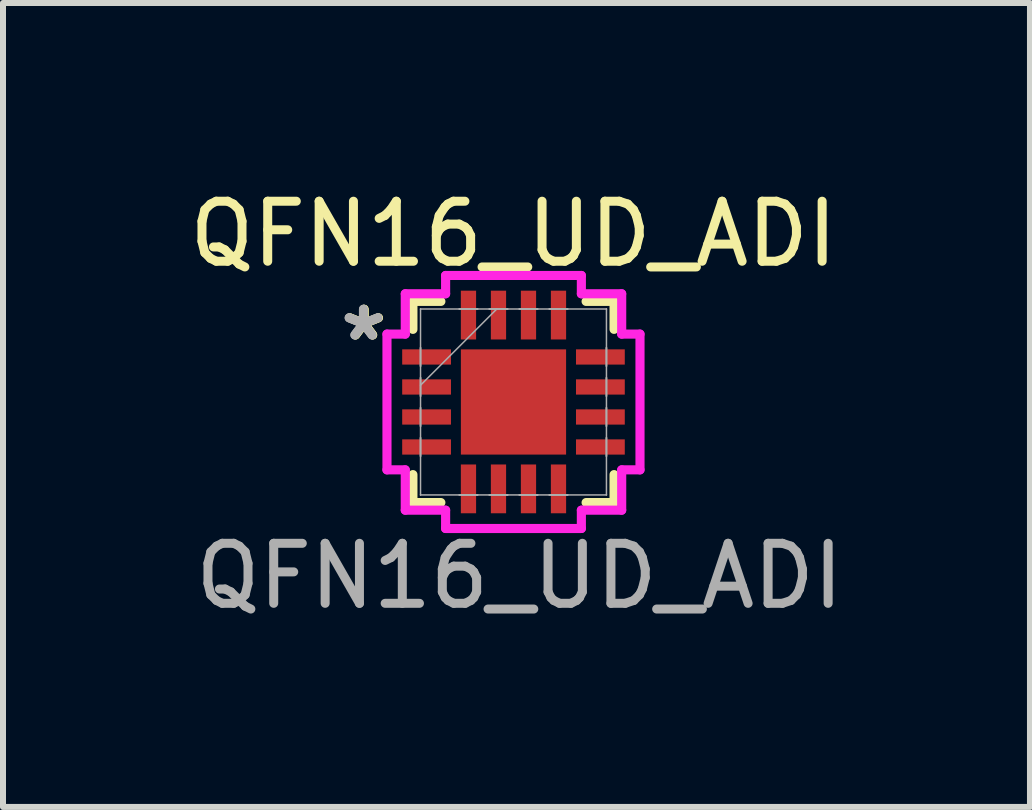
<source format=kicad_pcb>
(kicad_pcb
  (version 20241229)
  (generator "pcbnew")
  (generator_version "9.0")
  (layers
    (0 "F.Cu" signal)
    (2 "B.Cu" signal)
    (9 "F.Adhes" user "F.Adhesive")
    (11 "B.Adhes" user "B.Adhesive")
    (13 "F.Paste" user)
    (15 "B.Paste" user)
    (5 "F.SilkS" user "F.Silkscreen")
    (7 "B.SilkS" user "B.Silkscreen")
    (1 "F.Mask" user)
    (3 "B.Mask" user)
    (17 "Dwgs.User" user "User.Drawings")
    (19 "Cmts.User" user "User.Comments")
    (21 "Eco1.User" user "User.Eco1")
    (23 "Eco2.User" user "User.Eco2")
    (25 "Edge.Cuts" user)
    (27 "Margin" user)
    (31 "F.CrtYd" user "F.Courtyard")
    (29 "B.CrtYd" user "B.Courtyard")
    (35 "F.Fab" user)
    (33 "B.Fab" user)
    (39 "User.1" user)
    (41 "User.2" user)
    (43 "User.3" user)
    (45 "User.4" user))
  (footprint "QFN16_UD_ADI"
    (layer "F.Cu")
    (at 5.506 3.648)
    (property "Reference" "QFN16_UD_ADI" (at 0 -2.8 0) (unlocked yes) (layer "F.SilkS") (effects (font (size 1 1) (thickness 0.15))))
    (attr smd)
    (fp_line (start -1.676 -1.676) (end -1.676 -1.21) (stroke (width 0.152) (type solid)) (layer "F.SilkS"))
    (fp_line (start -1.676 1.21) (end -1.676 1.676) (stroke (width 0.152) (type solid)) (layer "F.SilkS"))
    (fp_line (start -1.676 1.676) (end -1.21 1.676) (stroke (width 0.152) (type solid)) (layer "F.SilkS"))
    (fp_line (start -1.21 -1.676) (end -1.676 -1.676) (stroke (width 0.152) (type solid)) (layer "F.SilkS"))
    (fp_line (start 1.21 1.676) (end 1.676 1.676) (stroke (width 0.152) (type solid)) (layer "F.SilkS"))
    (fp_line (start 1.676 -1.676) (end 1.21 -1.676) (stroke (width 0.152) (type solid)) (layer "F.SilkS"))
    (fp_line (start 1.676 -1.21) (end 1.676 -1.676) (stroke (width 0.152) (type solid)) (layer "F.SilkS"))
    (fp_line (start 1.676 1.676) (end 1.676 1.21) (stroke (width 0.152) (type solid)) (layer "F.SilkS"))
    (fp_line (start -2.108 -1.131) (end -1.803 -1.131) (stroke (width 0.152) (type solid)) (layer "F.CrtYd"))
    (fp_line (start -2.108 1.131) (end -2.108 -1.131) (stroke (width 0.152) (type solid)) (layer "F.CrtYd"))
    (fp_line (start -1.803 -1.803) (end -1.131 -1.803) (stroke (width 0.152) (type solid)) (layer "F.CrtYd"))
    (fp_line (start -1.803 -1.131) (end -1.803 -1.803) (stroke (width 0.152) (type solid)) (layer "F.CrtYd"))
    (fp_line (start -1.803 1.131) (end -2.108 1.131) (stroke (width 0.152) (type solid)) (layer "F.CrtYd"))
    (fp_line (start -1.803 1.803) (end -1.803 1.131) (stroke (width 0.152) (type solid)) (layer "F.CrtYd"))
    (fp_line (start -1.131 -2.108) (end 1.131 -2.108) (stroke (width 0.152) (type solid)) (layer "F.CrtYd"))
    (fp_line (start -1.131 -1.803) (end -1.131 -2.108) (stroke (width 0.152) (type solid)) (layer "F.CrtYd"))
    (fp_line (start -1.131 1.803) (end -1.803 1.803) (stroke (width 0.152) (type solid)) (layer "F.CrtYd"))
    (fp_line (start -1.131 2.108) (end -1.131 1.803) (stroke (width 0.152) (type solid)) (layer "F.CrtYd"))
    (fp_line (start 1.131 -2.108) (end 1.131 -1.803) (stroke (width 0.152) (type solid)) (layer "F.CrtYd"))
    (fp_line (start 1.131 -1.803) (end 1.803 -1.803) (stroke (width 0.152) (type solid)) (layer "F.CrtYd"))
    (fp_line (start 1.131 1.803) (end 1.131 2.108) (stroke (width 0.152) (type solid)) (layer "F.CrtYd"))
    (fp_line (start 1.131 2.108) (end -1.131 2.108) (stroke (width 0.152) (type solid)) (layer "F.CrtYd"))
    (fp_line (start 1.803 -1.803) (end 1.803 -1.131) (stroke (width 0.152) (type solid)) (layer "F.CrtYd"))
    (fp_line (start 1.803 -1.131) (end 2.108 -1.131) (stroke (width 0.152) (type solid)) (layer "F.CrtYd"))
    (fp_line (start 1.803 1.131) (end 1.803 1.803) (stroke (width 0.152) (type solid)) (layer "F.CrtYd"))
    (fp_line (start 1.803 1.803) (end 1.131 1.803) (stroke (width 0.152) (type solid)) (layer "F.CrtYd"))
    (fp_line (start 2.108 -1.131) (end 2.108 1.131) (stroke (width 0.152) (type solid)) (layer "F.CrtYd"))
    (fp_line (start 2.108 1.131) (end 1.803 1.131) (stroke (width 0.152) (type solid)) (layer "F.CrtYd"))
    (fp_line (start -1.549 -1.549) (end -1.549 -1.549) (stroke (width 0.025) (type solid)) (layer "F.Fab"))
    (fp_line (start -1.549 -1.549) (end -1.549 1.549) (stroke (width 0.025) (type solid)) (layer "F.Fab"))
    (fp_line (start -1.549 -0.902) (end -1.549 -0.902) (stroke (width 0.025) (type solid)) (layer "F.Fab"))
    (fp_line (start -1.549 -0.902) (end -1.549 -0.598) (stroke (width 0.025) (type solid)) (layer "F.Fab"))
    (fp_line (start -1.549 -0.598) (end -1.549 -0.902) (stroke (width 0.025) (type solid)) (layer "F.Fab"))
    (fp_line (start -1.549 -0.598) (end -1.549 -0.598) (stroke (width 0.025) (type solid)) (layer "F.Fab"))
    (fp_line (start -1.549 -0.402) (end -1.549 -0.402) (stroke (width 0.025) (type solid)) (layer "F.Fab"))
    (fp_line (start -1.549 -0.402) (end -1.549 -0.098) (stroke (width 0.025) (type solid)) (layer "F.Fab"))
    (fp_line (start -1.549 -0.279) (end -0.279 -1.549) (stroke (width 0.025) (type solid)) (layer "F.Fab"))
    (fp_line (start -1.549 -0.098) (end -1.549 -0.402) (stroke (width 0.025) (type solid)) (layer "F.Fab"))
    (fp_line (start -1.549 -0.098) (end -1.549 -0.098) (stroke (width 0.025) (type solid)) (layer "F.Fab"))
    (fp_line (start -1.549 0.098) (end -1.549 0.098) (stroke (width 0.025) (type solid)) (layer "F.Fab"))
    (fp_line (start -1.549 0.098) (end -1.549 0.402) (stroke (width 0.025) (type solid)) (layer "F.Fab"))
    (fp_line (start -1.549 0.402) (end -1.549 0.098) (stroke (width 0.025) (type solid)) (layer "F.Fab"))
    (fp_line (start -1.549 0.402) (end -1.549 0.402) (stroke (width 0.025) (type solid)) (layer "F.Fab"))
    (fp_line (start -1.549 0.598) (end -1.549 0.598) (stroke (width 0.025) (type solid)) (layer "F.Fab"))
    (fp_line (start -1.549 0.598) (end -1.549 0.902) (stroke (width 0.025) (type solid)) (layer "F.Fab"))
    (fp_line (start -1.549 0.902) (end -1.549 0.598) (stroke (width 0.025) (type solid)) (layer "F.Fab"))
    (fp_line (start -1.549 0.902) (end -1.549 0.902) (stroke (width 0.025) (type solid)) (layer "F.Fab"))
    (fp_line (start -1.549 1.549) (end -1.549 1.549) (stroke (width 0.025) (type solid)) (layer "F.Fab"))
    (fp_line (start -1.549 1.549) (end 1.549 1.549) (stroke (width 0.025) (type solid)) (layer "F.Fab"))
    (fp_line (start -0.902 -1.549) (end -0.902 -1.549) (stroke (width 0.025) (type solid)) (layer "F.Fab"))
    (fp_line (start -0.902 -1.549) (end -0.598 -1.549) (stroke (width 0.025) (type solid)) (layer "F.Fab"))
    (fp_line (start -0.902 1.549) (end -0.902 1.549) (stroke (width 0.025) (type solid)) (layer "F.Fab"))
    (fp_line (start -0.902 1.549) (end -0.598 1.549) (stroke (width 0.025) (type solid)) (layer "F.Fab"))
    (fp_line (start -0.598 -1.549) (end -0.902 -1.549) (stroke (width 0.025) (type solid)) (layer "F.Fab"))
    (fp_line (start -0.598 -1.549) (end -0.598 -1.549) (stroke (width 0.025) (type solid)) (layer "F.Fab"))
    (fp_line (start -0.598 1.549) (end -0.902 1.549) (stroke (width 0.025) (type solid)) (layer "F.Fab"))
    (fp_line (start -0.598 1.549) (end -0.598 1.549) (stroke (width 0.025) (type solid)) (layer "F.Fab"))
    (fp_line (start -0.402 -1.549) (end -0.402 -1.549) (stroke (width 0.025) (type solid)) (layer "F.Fab"))
    (fp_line (start -0.402 -1.549) (end -0.098 -1.549) (stroke (width 0.025) (type solid)) (layer "F.Fab"))
    (fp_line (start -0.402 1.549) (end -0.402 1.549) (stroke (width 0.025) (type solid)) (layer "F.Fab"))
    (fp_line (start -0.402 1.549) (end -0.098 1.549) (stroke (width 0.025) (type solid)) (layer "F.Fab"))
    (fp_line (start -0.098 -1.549) (end -0.402 -1.549) (stroke (width 0.025) (type solid)) (layer "F.Fab"))
    (fp_line (start -0.098 -1.549) (end -0.098 -1.549) (stroke (width 0.025) (type solid)) (layer "F.Fab"))
    (fp_line (start -0.098 1.549) (end -0.402 1.549) (stroke (width 0.025) (type solid)) (layer "F.Fab"))
    (fp_line (start -0.098 1.549) (end -0.098 1.549) (stroke (width 0.025) (type solid)) (layer "F.Fab"))
    (fp_line (start 0.098 -1.549) (end 0.098 -1.549) (stroke (width 0.025) (type solid)) (layer "F.Fab"))
    (fp_line (start 0.098 -1.549) (end 0.402 -1.549) (stroke (width 0.025) (type solid)) (layer "F.Fab"))
    (fp_line (start 0.098 1.549) (end 0.098 1.549) (stroke (width 0.025) (type solid)) (layer "F.Fab"))
    (fp_line (start 0.098 1.549) (end 0.402 1.549) (stroke (width 0.025) (type solid)) (layer "F.Fab"))
    (fp_line (start 0.402 -1.549) (end 0.098 -1.549) (stroke (width 0.025) (type solid)) (layer "F.Fab"))
    (fp_line (start 0.402 -1.549) (end 0.402 -1.549) (stroke (width 0.025) (type solid)) (layer "F.Fab"))
    (fp_line (start 0.402 1.549) (end 0.098 1.549) (stroke (width 0.025) (type solid)) (layer "F.Fab"))
    (fp_line (start 0.402 1.549) (end 0.402 1.549) (stroke (width 0.025) (type solid)) (layer "F.Fab"))
    (fp_line (start 0.598 -1.549) (end 0.598 -1.549) (stroke (width 0.025) (type solid)) (layer "F.Fab"))
    (fp_line (start 0.598 -1.549) (end 0.902 -1.549) (stroke (width 0.025) (type solid)) (layer "F.Fab"))
    (fp_line (start 0.598 1.549) (end 0.598 1.549) (stroke (width 0.025) (type solid)) (layer "F.Fab"))
    (fp_line (start 0.598 1.549) (end 0.902 1.549) (stroke (width 0.025) (type solid)) (layer "F.Fab"))
    (fp_line (start 0.902 -1.549) (end 0.598 -1.549) (stroke (width 0.025) (type solid)) (layer "F.Fab"))
    (fp_line (start 0.902 -1.549) (end 0.902 -1.549) (stroke (width 0.025) (type solid)) (layer "F.Fab"))
    (fp_line (start 0.902 1.549) (end 0.598 1.549) (stroke (width 0.025) (type solid)) (layer "F.Fab"))
    (fp_line (start 0.902 1.549) (end 0.902 1.549) (stroke (width 0.025) (type solid)) (layer "F.Fab"))
    (fp_line (start 1.549 -1.549) (end -1.549 -1.549) (stroke (width 0.025) (type solid)) (layer "F.Fab"))
    (fp_line (start 1.549 -1.549) (end 1.549 -1.549) (stroke (width 0.025) (type solid)) (layer "F.Fab"))
    (fp_line (start 1.549 -0.902) (end 1.549 -0.902) (stroke (width 0.025) (type solid)) (layer "F.Fab"))
    (fp_line (start 1.549 -0.902) (end 1.549 -0.598) (stroke (width 0.025) (type solid)) (layer "F.Fab"))
    (fp_line (start 1.549 -0.598) (end 1.549 -0.902) (stroke (width 0.025) (type solid)) (layer "F.Fab"))
    (fp_line (start 1.549 -0.598) (end 1.549 -0.598) (stroke (width 0.025) (type solid)) (layer "F.Fab"))
    (fp_line (start 1.549 -0.402) (end 1.549 -0.402) (stroke (width 0.025) (type solid)) (layer "F.Fab"))
    (fp_line (start 1.549 -0.402) (end 1.549 -0.098) (stroke (width 0.025) (type solid)) (layer "F.Fab"))
    (fp_line (start 1.549 -0.098) (end 1.549 -0.402) (stroke (width 0.025) (type solid)) (layer "F.Fab"))
    (fp_line (start 1.549 -0.098) (end 1.549 -0.098) (stroke (width 0.025) (type solid)) (layer "F.Fab"))
    (fp_line (start 1.549 0.098) (end 1.549 0.098) (stroke (width 0.025) (type solid)) (layer "F.Fab"))
    (fp_line (start 1.549 0.098) (end 1.549 0.402) (stroke (width 0.025) (type solid)) (layer "F.Fab"))
    (fp_line (start 1.549 0.402) (end 1.549 0.098) (stroke (width 0.025) (type solid)) (layer "F.Fab"))
    (fp_line (start 1.549 0.402) (end 1.549 0.402) (stroke (width 0.025) (type solid)) (layer "F.Fab"))
    (fp_line (start 1.549 0.598) (end 1.549 0.598) (stroke (width 0.025) (type solid)) (layer "F.Fab"))
    (fp_line (start 1.549 0.598) (end 1.549 0.902) (stroke (width 0.025) (type solid)) (layer "F.Fab"))
    (fp_line (start 1.549 0.902) (end 1.549 0.598) (stroke (width 0.025) (type solid)) (layer "F.Fab"))
    (fp_line (start 1.549 0.902) (end 1.549 0.902) (stroke (width 0.025) (type solid)) (layer "F.Fab"))
    (fp_line (start 1.549 1.549) (end 1.549 -1.549) (stroke (width 0.025) (type solid)) (layer "F.Fab"))
    (fp_line (start 1.549 1.549) (end 1.549 1.549) (stroke (width 0.025) (type solid)) (layer "F.Fab"))
    (fp_text user "*" (at -2.489 -1 0) (unlocked yes) (layer "F.SilkS") (effects (font (size 1 1) (thickness 0.15))))
    (fp_text user "*" (at -2.489 -1 0) (layer "F.SilkS") (effects (font (size 1 1) (thickness 0.15))))
    (fp_text user "${REFERENCE}" (at 0.1 2.9 0) (unlocked yes) (layer "F.Fab") (effects (font (size 1 1) (thickness 0.15))))
    (fp_text user "*" (at -2.5 -1 0) (layer "F.Fab") (effects (font (size 1 1) (thickness 0.15))))
    (fp_text user "*" (at -2.5 -1 0) (unlocked yes) (layer "F.Fab") (effects (font (size 1 1) (thickness 0.15))))
    (pad "1" smd rect (at -1.448 -0.75 90) (size 0.254 0.813) (layers "F.Cu" "F.Mask" "F.Paste"))
    (pad "2" smd rect (at -1.448 -0.25 90) (size 0.254 0.813) (layers "F.Cu" "F.Mask" "F.Paste"))
    (pad "3" smd rect (at -1.448 0.25 90) (size 0.254 0.813) (layers "F.Cu" "F.Mask" "F.Paste"))
    (pad "4" smd rect (at -1.448 0.75 90) (size 0.254 0.813) (layers "F.Cu" "F.Mask" "F.Paste"))
    (pad "5" smd rect (at -0.75 1.448) (size 0.254 0.813) (layers "F.Cu" "F.Mask" "F.Paste"))
    (pad "6" smd rect (at -0.25 1.448) (size 0.254 0.813) (layers "F.Cu" "F.Mask" "F.Paste"))
    (pad "7" smd rect (at 0.25 1.448) (size 0.254 0.813) (layers "F.Cu" "F.Mask" "F.Paste"))
    (pad "8" smd rect (at 0.75 1.448) (size 0.254 0.813) (layers "F.Cu" "F.Mask" "F.Paste"))
    (pad "9" smd rect (at 1.448 0.75 90) (size 0.254 0.813) (layers "F.Cu" "F.Mask" "F.Paste"))
    (pad "10" smd rect (at 1.448 0.25 90) (size 0.254 0.813) (layers "F.Cu" "F.Mask" "F.Paste"))
    (pad "11" smd rect (at 1.448 -0.25 90) (size 0.254 0.813) (layers "F.Cu" "F.Mask" "F.Paste"))
    (pad "12" smd rect (at 1.448 -0.75 90) (size 0.254 0.813) (layers "F.Cu" "F.Mask" "F.Paste"))
    (pad "13" smd rect (at 0.75 -1.448) (size 0.254 0.813) (layers "F.Cu" "F.Mask" "F.Paste"))
    (pad "14" smd rect (at 0.25 -1.448) (size 0.254 0.813) (layers "F.Cu" "F.Mask" "F.Paste"))
    (pad "15" smd rect (at -0.25 -1.448) (size 0.254 0.813) (layers "F.Cu" "F.Mask" "F.Paste"))
    (pad "16" smd rect (at -0.75 -1.448) (size 0.254 0.813) (layers "F.Cu" "F.Mask" "F.Paste"))
    (pad "17" smd rect (at 0 0) (size 1.753 1.753) (layers "F.Cu" "F.Mask" "F.Paste")))
  (gr_rect
    (start -3 -3)
    (end 14.112 10.396)
    (stroke (width 0.1) (type default))
    (fill no)
    (layer "Edge.Cuts")))
</source>
